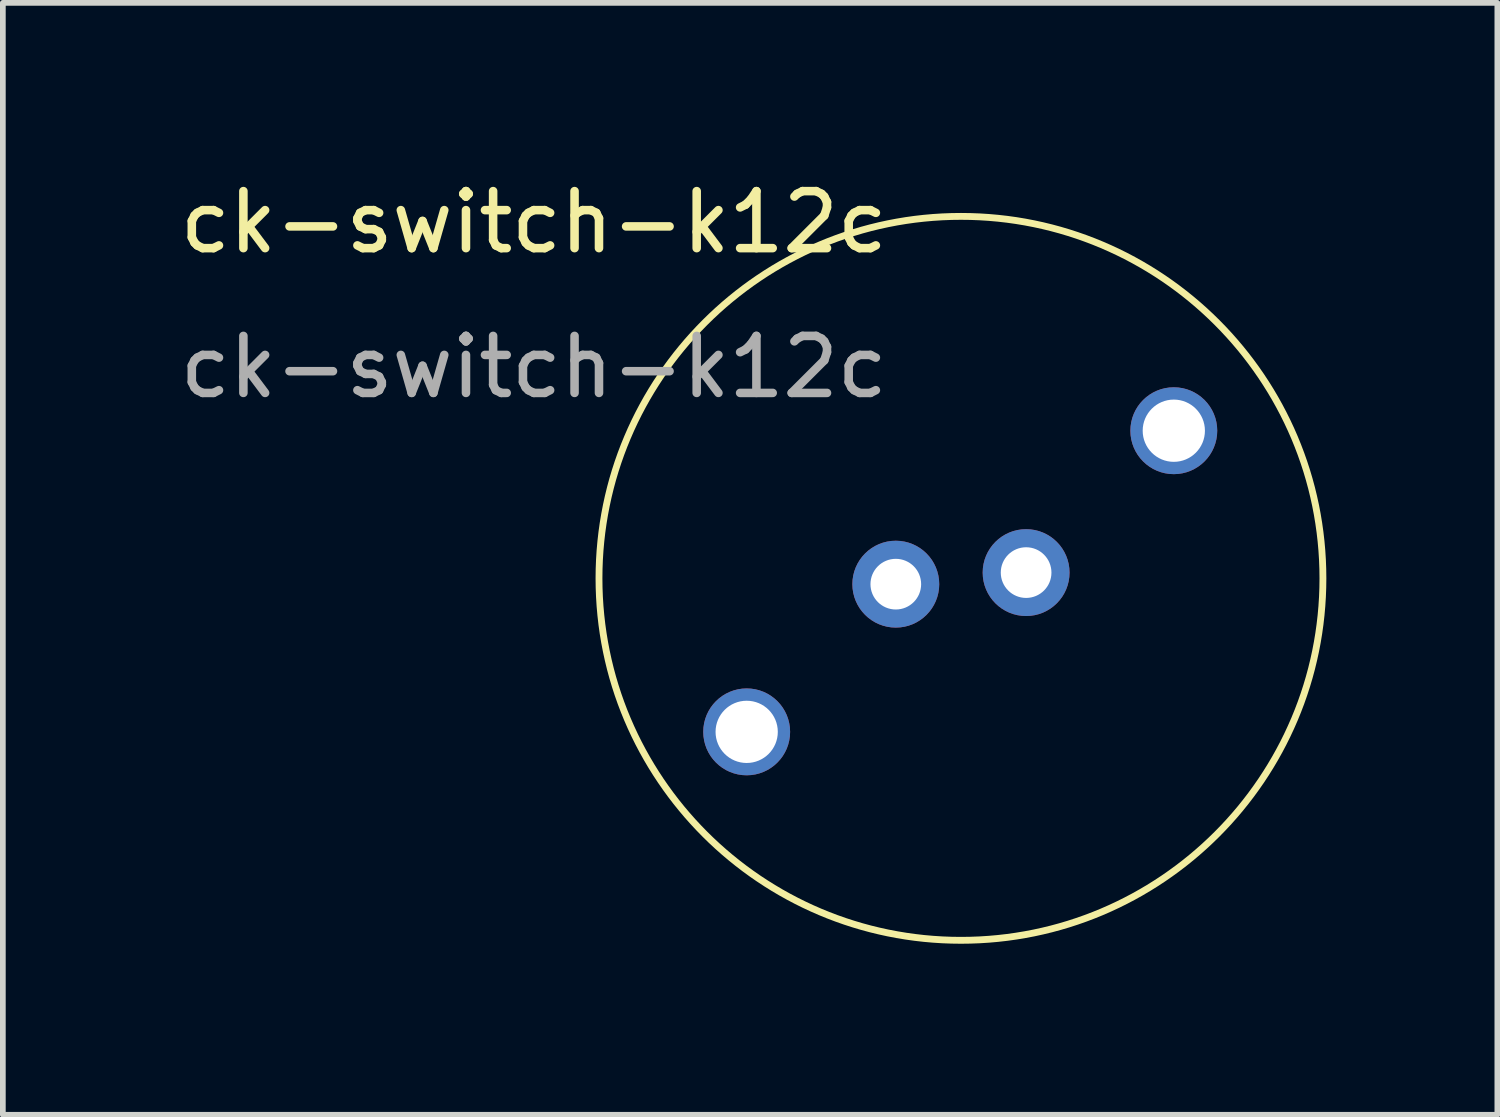
<source format=kicad_pcb>
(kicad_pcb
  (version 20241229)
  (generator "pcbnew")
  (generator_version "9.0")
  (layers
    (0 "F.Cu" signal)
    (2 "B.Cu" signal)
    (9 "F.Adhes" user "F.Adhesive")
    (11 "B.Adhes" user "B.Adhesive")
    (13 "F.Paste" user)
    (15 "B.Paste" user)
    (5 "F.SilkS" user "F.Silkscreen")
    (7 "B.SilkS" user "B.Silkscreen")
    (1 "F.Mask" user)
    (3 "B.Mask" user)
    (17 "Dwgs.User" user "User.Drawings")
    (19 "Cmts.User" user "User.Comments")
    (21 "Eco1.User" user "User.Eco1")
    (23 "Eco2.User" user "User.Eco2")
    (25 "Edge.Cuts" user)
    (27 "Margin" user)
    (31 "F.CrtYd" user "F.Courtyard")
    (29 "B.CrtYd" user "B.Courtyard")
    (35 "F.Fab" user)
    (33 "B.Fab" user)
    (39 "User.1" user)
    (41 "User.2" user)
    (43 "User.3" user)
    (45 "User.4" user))
  (footprint "ck-switch-k12c"
    (layer "F.Cu")
    (at 12.665 7.198)
    (property "Reference" "ck-switch-k12c" (at -6.35 -6.35 0) (unlocked yes) (layer "F.SilkS") (effects (font (size 1 1) (thickness 0.15))))
    (attr through_hole)
    (fp_circle (center 1.143 -0.102) (end 7.493 -0.102) (stroke (width 0.12) (type solid)) (fill no) (layer "F.SilkS"))
    (fp_text user "${REFERENCE}" (at -6.35 -3.81 0) (unlocked yes) (layer "F.Fab") (effects (font (size 1 1) (thickness 0.15))))
    (pad "1" thru_hole circle (at 0 0) (size 1.524 1.524) (drill 0.889) (layers "*.Cu" "*.Mask"))
    (pad "2" thru_hole circle (at 2.286 -0.203) (size 1.524 1.524) (drill 0.889) (layers "*.Cu" "*.Mask"))
    (pad "3" thru_hole circle (at -2.616 2.591) (size 1.524 1.524) (drill 1.092) (layers "*.Cu" "*.Mask"))
    (pad "4" thru_hole circle (at 4.877 -2.692) (size 1.524 1.524) (drill 1.092) (layers "*.Cu" "*.Mask")))
  (gr_rect
    (start -3 -3)
    (end 23.218 16.507)
    (stroke (width 0.1) (type default))
    (fill no)
    (layer "Edge.Cuts")))
</source>
